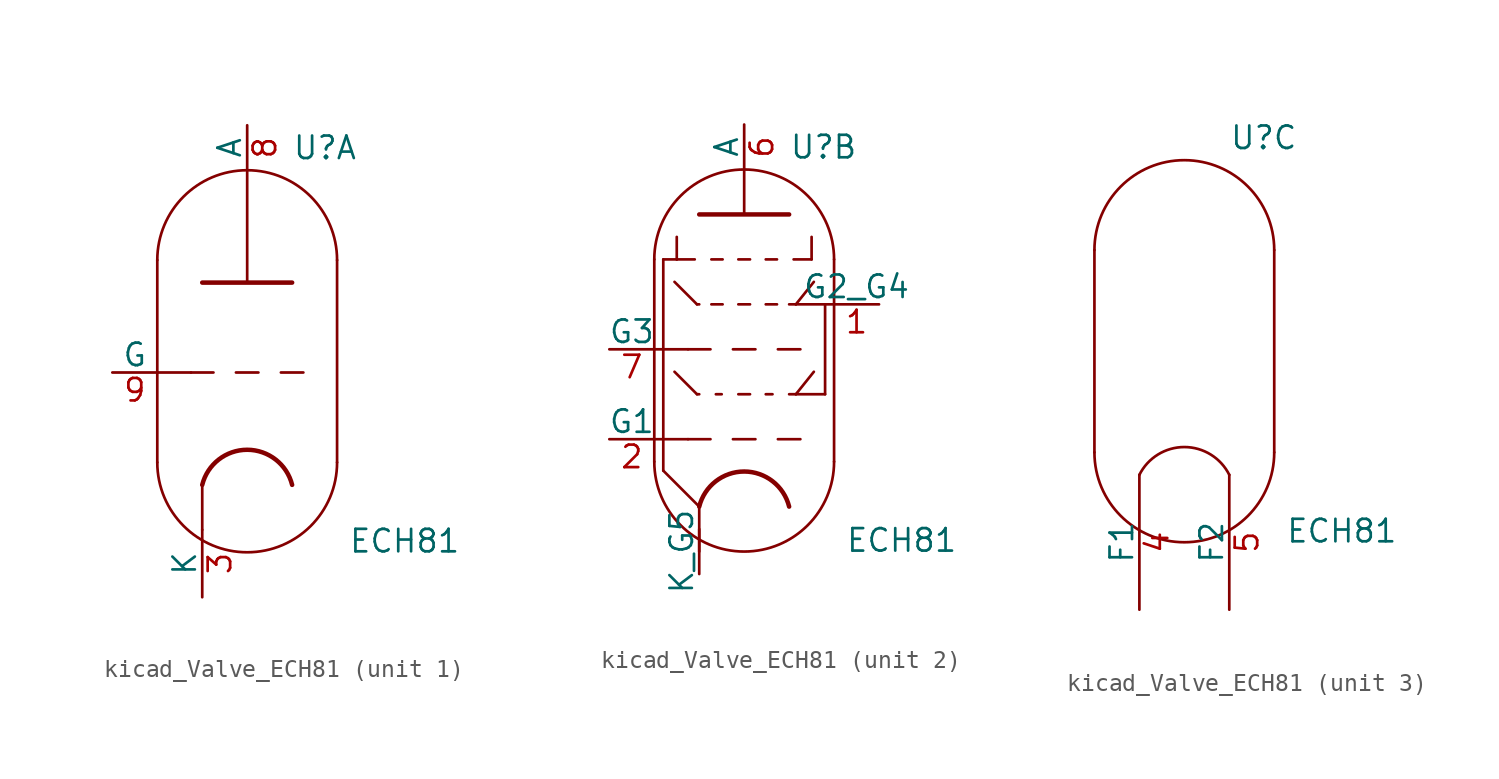
<source format=kicad_sym>
(kicad_symbol_lib
  (version 20220914)
  (generator kicad_symbol_editor)
  (symbol "kicad_Valve_ECH81"
    (pin_names
      (offset 0))
    (property "Reference" "U"
      (at 2.54 12.7 0)
      (effects (font (size 1.27 1.27)) (justify left)))
    (property "Value" "ECH81"
      (at 5.715 -9.525 0)
      (effects (font (size 1.27 1.27)) (justify left)))
    (property "ki_locked" ""
      (at 0 0 0)
      (effects (font (size 1.27 1.27))))
    (symbol "kicad_Valve_ECH81_0_1"
      (arc (start -5.08 -5.08) (mid 0 -10.1379) (end 5.08 -5.08) (stroke (width 0) (type default)) (fill (type none)))
      (polyline (pts (xy -5.08 6.35) (xy -5.08 -5.08) (xy -5.08 -5.08)) (stroke (width 0) (type default)) (fill (type none)))
      (polyline (pts (xy 5.08 6.35) (xy 5.08 -5.08) (xy 5.08 -5.08)) (stroke (width 0) (type default)) (fill (type none)))
      (arc (start 5.08 6.35) (mid 0 11.4079) (end -5.08 6.35) (stroke (width 0) (type default)) (fill (type none))))
    (symbol "kicad_Valve_ECH81_1_0"
      (polyline (pts (xy -2.54 -6.35) (xy -2.54 -8.89)) (stroke (width 0) (type default)) (fill (type none))))
    (symbol "kicad_Valve_ECH81_1_1"
      (polyline (pts (xy -5.08 0) (xy -3.175 0)) (stroke (width 0) (type default)) (fill (type none)))
      (polyline (pts (xy -1.905 0) (xy -3.175 0)) (stroke (width 0.152) (type default)) (fill (type none)))
      (polyline (pts (xy -0.635 0) (xy 0.635 0)) (stroke (width 0.152) (type default)) (fill (type none)))
      (polyline (pts (xy 1.905 0) (xy 3.175 0)) (stroke (width 0.152) (type default)) (fill (type none)))
      (polyline (pts (xy -2.54 5.08) (xy 2.54 5.08) (xy 2.54 5.08)) (stroke (width 0.254) (type default)) (fill (type none)))
      (polyline (pts (xy 0 5.08) (xy 0 11.43) (xy 0 11.43)) (stroke (width 0) (type default)) (fill (type none)))
      (arc (start 2.54 -6.35) (mid 0 -4.3668) (end -2.54 -6.35) (stroke (width 0.254) (type default)) (fill (type none)))
      (pin bidirectional line (at -2.54 -12.7 90) (length 3.81) (name "K" (effects (font (size 1.27 1.27)))) (number "3" (effects (font (size 1.27 1.27)))))
      (pin output line (at 0 13.97 270) (length 2.54) (name "A" (effects (font (size 1.27 1.27)))) (number "8" (effects (font (size 1.27 1.27)))))
      (pin input line (at -7.62 0 0) (length 2.54) (name "G" (effects (font (size 1.27 1.27)))) (number "9" (effects (font (size 1.27 1.27))))))
    (symbol "kicad_Valve_ECH81_2_0"
      (polyline (pts (xy -5.08 -3.81) (xy -3.175 -3.81)) (stroke (width 0) (type default)) (fill (type none)))
      (polyline (pts (xy -5.08 1.27) (xy -3.175 1.27)) (stroke (width 0) (type default)) (fill (type none)))
      (polyline (pts (xy -2.54 -7.62) (xy -2.54 -10.16)) (stroke (width 0) (type default)) (fill (type none)))
      (polyline (pts (xy 0 8.89) (xy 0 11.43)) (stroke (width 0) (type default)) (fill (type none)))
      (polyline (pts (xy 4.572 3.81) (xy 5.08 3.81)) (stroke (width 0) (type default)) (fill (type none))))
    (symbol "kicad_Valve_ECH81_2_1"
      (polyline (pts (xy -4.572 -5.588) (xy -2.54 -7.62)) (stroke (width 0.152) (type default)) (fill (type none)))
      (polyline (pts (xy -4.572 6.35) (xy -4.572 -5.588)) (stroke (width 0.152) (type default)) (fill (type none)))
      (polyline (pts (xy -3.937 0) (xy -2.667 -1.27)) (stroke (width 0.152) (type default)) (fill (type none)))
      (polyline (pts (xy -3.937 5.08) (xy -2.667 3.81)) (stroke (width 0.152) (type default)) (fill (type none)))
      (polyline (pts (xy -3.81 6.35) (xy -4.572 6.35)) (stroke (width 0.152) (type default)) (fill (type none)))
      (polyline (pts (xy -3.81 6.35) (xy -2.794 6.35)) (stroke (width 0.152) (type default)) (fill (type none)))
      (polyline (pts (xy -3.81 7.62) (xy -3.81 6.35)) (stroke (width 0.152) (type default)) (fill (type none)))
      (polyline (pts (xy -2.667 -1.27) (xy -2.54 -1.27)) (stroke (width 0.152) (type default)) (fill (type none)))
      (polyline (pts (xy -2.667 3.81) (xy -2.54 3.81)) (stroke (width 0.152) (type default)) (fill (type none)))
      (polyline (pts (xy -1.905 -3.81) (xy -3.175 -3.81)) (stroke (width 0.152) (type default)) (fill (type none)))
      (polyline (pts (xy -1.905 1.27) (xy -3.175 1.27)) (stroke (width 0.152) (type default)) (fill (type none)))
      (polyline (pts (xy -1.854 3.81) (xy -1.219 3.81)) (stroke (width 0.152) (type default)) (fill (type none)))
      (polyline (pts (xy -1.854 6.35) (xy -1.219 6.35)) (stroke (width 0.152) (type default)) (fill (type none)))
      (polyline (pts (xy -1.27 -1.27) (xy -1.6 -1.27)) (stroke (width 0.152) (type default)) (fill (type none)))
      (polyline (pts (xy -0.635 -3.81) (xy 0.635 -3.81)) (stroke (width 0.152) (type default)) (fill (type none)))
      (polyline (pts (xy -0.635 1.27) (xy 0.635 1.27)) (stroke (width 0.152) (type default)) (fill (type none)))
      (polyline (pts (xy -0.33 -1.27) (xy 0.33 -1.27)) (stroke (width 0.152) (type default)) (fill (type none)))
      (polyline (pts (xy -0.33 3.81) (xy 0.33 3.81)) (stroke (width 0.152) (type default)) (fill (type none)))
      (polyline (pts (xy -0.33 6.35) (xy 0.33 6.35)) (stroke (width 0.152) (type default)) (fill (type none)))
      (polyline (pts (xy 1.219 -1.27) (xy 1.6 -1.27)) (stroke (width 0.152) (type default)) (fill (type none)))
      (polyline (pts (xy 1.219 3.81) (xy 1.854 3.81)) (stroke (width 0.152) (type default)) (fill (type none)))
      (polyline (pts (xy 1.219 6.35) (xy 1.854 6.35)) (stroke (width 0.152) (type default)) (fill (type none)))
      (polyline (pts (xy 1.905 -3.81) (xy 3.175 -3.81)) (stroke (width 0.152) (type default)) (fill (type none)))
      (polyline (pts (xy 1.905 1.27) (xy 3.175 1.27)) (stroke (width 0.152) (type default)) (fill (type none)))
      (polyline (pts (xy 2.54 -1.27) (xy 2.921 -1.27)) (stroke (width 0.152) (type default)) (fill (type none)))
      (polyline (pts (xy 2.54 3.81) (xy 2.921 3.81)) (stroke (width 0.152) (type default)) (fill (type none)))
      (polyline (pts (xy 2.921 3.81) (xy 4.572 3.81)) (stroke (width 0) (type default)) (fill (type none)))
      (polyline (pts (xy 3.81 6.35) (xy 2.794 6.35)) (stroke (width 0.152) (type default)) (fill (type none)))
      (polyline (pts (xy 3.81 7.62) (xy 3.81 6.35)) (stroke (width 0.152) (type default)) (fill (type none)))
      (polyline (pts (xy 3.937 0) (xy 2.921 -1.27)) (stroke (width 0.152) (type default)) (fill (type none)))
      (polyline (pts (xy 3.937 5.08) (xy 2.921 3.81)) (stroke (width 0.152) (type default)) (fill (type none)))
      (polyline (pts (xy 4.572 -1.27) (xy 2.921 -1.27)) (stroke (width 0) (type default)) (fill (type none)))
      (polyline (pts (xy 4.572 3.81) (xy 4.572 -1.27)) (stroke (width 0) (type default)) (fill (type none)))
      (polyline (pts (xy -2.54 8.89) (xy 2.54 8.89) (xy 2.54 8.89) (xy 2.54 8.89)) (stroke (width 0.254) (type default)) (fill (type none)))
      (arc (start 2.54 -7.62) (mid 0 -5.6368) (end -2.54 -7.62) (stroke (width 0.254) (type default)) (fill (type none)))
      (pin input line (at 7.62 3.81 180) (length 2.54) (name "G2_G4" (effects (font (size 1.27 1.27)))) (number "1" (effects (font (size 1.27 1.27)))))
      (pin input line (at -7.62 -3.81 0) (length 2.54) (name "G1" (effects (font (size 1.27 1.27)))) (number "2" (effects (font (size 1.27 1.27)))))
      (pin output line (at 0 13.97 270) (length 2.54) (name "A" (effects (font (size 1.27 1.27)))) (number "6" (effects (font (size 1.27 1.27)))))
      (pin input line (at -7.62 1.27 0) (length 2.54) (name "G3" (effects (font (size 1.27 1.27)))) (number "7" (effects (font (size 1.27 1.27)))))
      (pin bidirectional line (at -2.54 -11.43 90) (length 2.54) (name "K_G5" (effects (font (size 1.27 1.27)))) (number "~" (effects (font (size 1.27 1.27))))))
    (symbol "kicad_Valve_ECH81_3_1"
      (arc (start 2.54 -6.35) (mid 0 -4.7802) (end -2.54 -6.35) (stroke (width 0) (type default)) (fill (type none)))
      (pin power_in line (at -2.54 -13.97 90) (length 7.62) (name "F1" (effects (font (size 1.27 1.27)))) (number "4" (effects (font (size 1.27 1.27)))))
      (pin power_in line (at 2.54 -13.97 90) (length 7.62) (name "F2" (effects (font (size 1.27 1.27)))) (number "5" (effects (font (size 1.27 1.27))))))))
</source>
